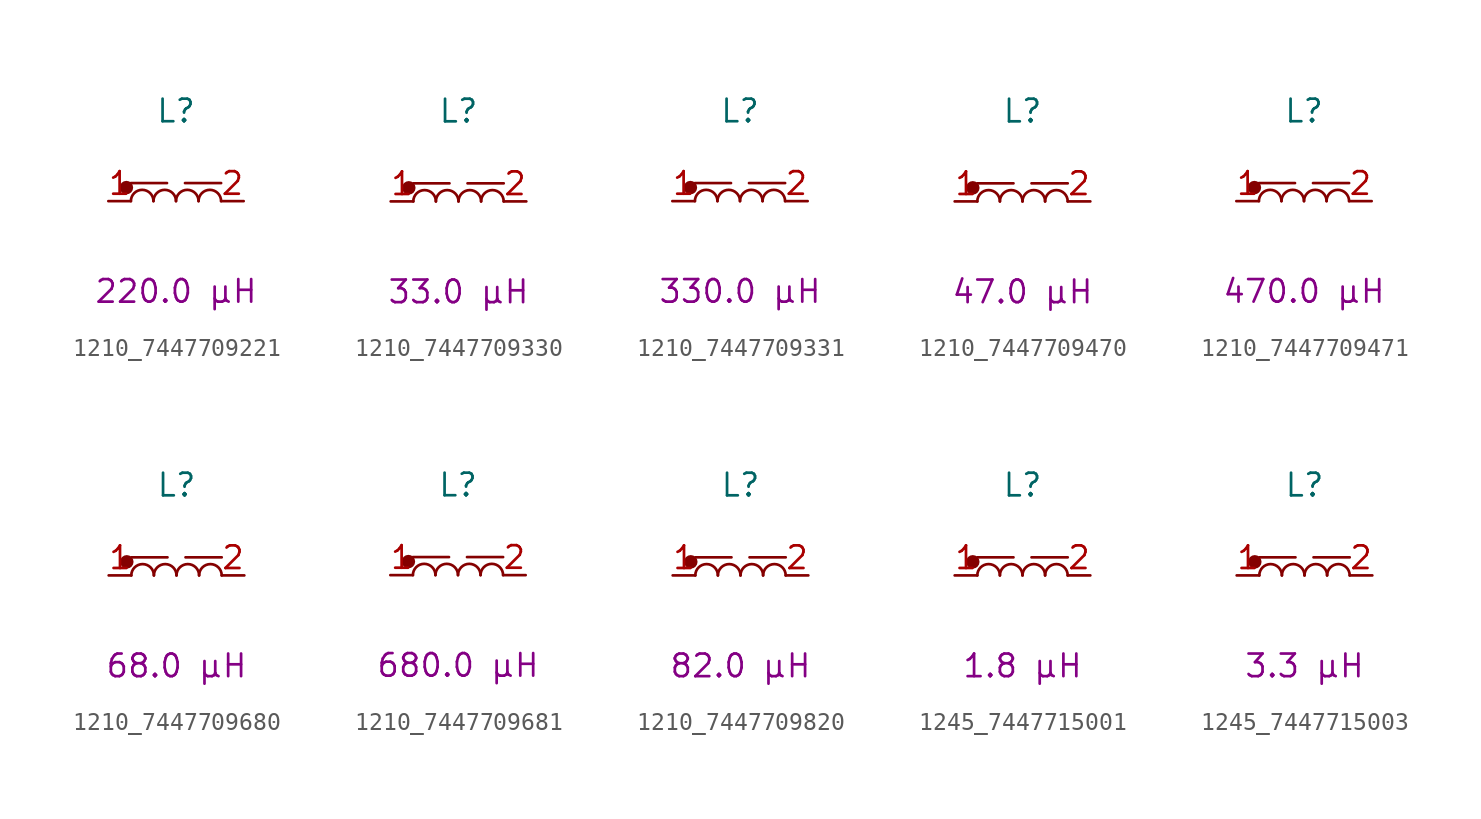
<source format=kicad_sym>
(kicad_symbol_lib
  (version 20220914)
  (generator kicad_symbol_editor)
  (symbol "1210_7447709221"
    (pin_names hide)
    (property "Reference" "L"
      (at 0 5.08 0)
      (effects (font (size 1.27 1.27))))
    (property "Critical Parameter" "220.0 µH"
      (at 0 -5.08 0)
      (effects (font (size 1.27 1.27))))
    (symbol "1210_7447709221_0_1"
      (arc (start -1.27 0) (mid -1.905 0.6323) (end -2.54 0) (stroke (width 0) (type default)) (fill (type none)))
      (arc (start 0 0) (mid -0.635 0.6323) (end -1.27 0) (stroke (width 0) (type default)) (fill (type none)))
      (polyline (pts (xy -2.54 1.016) (xy -0.508 1.016)) (stroke (width 0) (type default)) (fill (type none)))
      (arc (start 1.27 0) (mid 0.635 0.6323) (end 0 0) (stroke (width 0) (type default)) (fill (type none)))
      (arc (start 2.54 0) (mid 1.905 0.6323) (end 1.27 0) (stroke (width 0) (type default)) (fill (type none))))
    (symbol "1210_7447709221_1_1"
      (circle (center -2.794 0.762) (radius 0.0001) (stroke (width 0.381) (type default)) (fill (type none)))
      (polyline (pts (xy 2.54 1.016) (xy 0.508 1.016)) (stroke (width 0) (type default)) (fill (type none)))
      (pin passive line (at -3.81 0 0) (length 1.27) (name "1" (effects (font (size 1.27 1.27)))) (number "1" (effects (font (size 1.27 1.27)))))
      (pin passive line (at 3.81 0 180) (length 1.27) (name "2" (effects (font (size 1.27 1.27)))) (number "2" (effects (font (size 1.27 1.27)))))))
  (symbol "1210_7447709330"
    (pin_names hide)
    (property "Reference" "L"
      (at 0 5.08 0)
      (effects (font (size 1.27 1.27))))
    (property "Critical Parameter" "33.0 µH"
      (at 0 -5.08 0)
      (effects (font (size 1.27 1.27))))
    (symbol "1210_7447709330_0_1"
      (arc (start -1.27 0) (mid -1.905 0.6323) (end -2.54 0) (stroke (width 0) (type default)) (fill (type none)))
      (arc (start 0 0) (mid -0.635 0.6323) (end -1.27 0) (stroke (width 0) (type default)) (fill (type none)))
      (polyline (pts (xy -2.54 1.016) (xy -0.508 1.016)) (stroke (width 0) (type default)) (fill (type none)))
      (arc (start 1.27 0) (mid 0.635 0.6323) (end 0 0) (stroke (width 0) (type default)) (fill (type none)))
      (arc (start 2.54 0) (mid 1.905 0.6323) (end 1.27 0) (stroke (width 0) (type default)) (fill (type none))))
    (symbol "1210_7447709330_1_1"
      (circle (center -2.794 0.762) (radius 0.0001) (stroke (width 0.381) (type default)) (fill (type none)))
      (polyline (pts (xy 2.54 1.016) (xy 0.508 1.016)) (stroke (width 0) (type default)) (fill (type none)))
      (pin passive line (at -3.81 0 0) (length 1.27) (name "1" (effects (font (size 1.27 1.27)))) (number "1" (effects (font (size 1.27 1.27)))))
      (pin passive line (at 3.81 0 180) (length 1.27) (name "2" (effects (font (size 1.27 1.27)))) (number "2" (effects (font (size 1.27 1.27)))))))
  (symbol "1210_7447709331"
    (pin_names hide)
    (property "Reference" "L"
      (at 0 5.08 0)
      (effects (font (size 1.27 1.27))))
    (property "Critical Parameter" "330.0 µH"
      (at 0 -5.08 0)
      (effects (font (size 1.27 1.27))))
    (symbol "1210_7447709331_0_1"
      (arc (start -1.27 0) (mid -1.905 0.6323) (end -2.54 0) (stroke (width 0) (type default)) (fill (type none)))
      (arc (start 0 0) (mid -0.635 0.6323) (end -1.27 0) (stroke (width 0) (type default)) (fill (type none)))
      (polyline (pts (xy -2.54 1.016) (xy -0.508 1.016)) (stroke (width 0) (type default)) (fill (type none)))
      (arc (start 1.27 0) (mid 0.635 0.6323) (end 0 0) (stroke (width 0) (type default)) (fill (type none)))
      (arc (start 2.54 0) (mid 1.905 0.6323) (end 1.27 0) (stroke (width 0) (type default)) (fill (type none))))
    (symbol "1210_7447709331_1_1"
      (circle (center -2.794 0.762) (radius 0.0001) (stroke (width 0.381) (type default)) (fill (type none)))
      (polyline (pts (xy 2.54 1.016) (xy 0.508 1.016)) (stroke (width 0) (type default)) (fill (type none)))
      (pin passive line (at -3.81 0 0) (length 1.27) (name "1" (effects (font (size 1.27 1.27)))) (number "1" (effects (font (size 1.27 1.27)))))
      (pin passive line (at 3.81 0 180) (length 1.27) (name "2" (effects (font (size 1.27 1.27)))) (number "2" (effects (font (size 1.27 1.27)))))))
  (symbol "1210_7447709470"
    (pin_names hide)
    (property "Reference" "L"
      (at 0 5.08 0)
      (effects (font (size 1.27 1.27))))
    (property "Critical Parameter" "47.0 µH"
      (at 0 -5.08 0)
      (effects (font (size 1.27 1.27))))
    (symbol "1210_7447709470_0_1"
      (arc (start -1.27 0) (mid -1.905 0.6323) (end -2.54 0) (stroke (width 0) (type default)) (fill (type none)))
      (arc (start 0 0) (mid -0.635 0.6323) (end -1.27 0) (stroke (width 0) (type default)) (fill (type none)))
      (polyline (pts (xy -2.54 1.016) (xy -0.508 1.016)) (stroke (width 0) (type default)) (fill (type none)))
      (arc (start 1.27 0) (mid 0.635 0.6323) (end 0 0) (stroke (width 0) (type default)) (fill (type none)))
      (arc (start 2.54 0) (mid 1.905 0.6323) (end 1.27 0) (stroke (width 0) (type default)) (fill (type none))))
    (symbol "1210_7447709470_1_1"
      (circle (center -2.794 0.762) (radius 0.0001) (stroke (width 0.381) (type default)) (fill (type none)))
      (polyline (pts (xy 2.54 1.016) (xy 0.508 1.016)) (stroke (width 0) (type default)) (fill (type none)))
      (pin passive line (at -3.81 0 0) (length 1.27) (name "1" (effects (font (size 1.27 1.27)))) (number "1" (effects (font (size 1.27 1.27)))))
      (pin passive line (at 3.81 0 180) (length 1.27) (name "2" (effects (font (size 1.27 1.27)))) (number "2" (effects (font (size 1.27 1.27)))))))
  (symbol "1210_7447709471"
    (pin_names hide)
    (property "Reference" "L"
      (at 0 5.08 0)
      (effects (font (size 1.27 1.27))))
    (property "Critical Parameter" "470.0 µH"
      (at 0 -5.08 0)
      (effects (font (size 1.27 1.27))))
    (symbol "1210_7447709471_0_1"
      (arc (start -1.27 0) (mid -1.905 0.6323) (end -2.54 0) (stroke (width 0) (type default)) (fill (type none)))
      (arc (start 0 0) (mid -0.635 0.6323) (end -1.27 0) (stroke (width 0) (type default)) (fill (type none)))
      (polyline (pts (xy -2.54 1.016) (xy -0.508 1.016)) (stroke (width 0) (type default)) (fill (type none)))
      (arc (start 1.27 0) (mid 0.635 0.6323) (end 0 0) (stroke (width 0) (type default)) (fill (type none)))
      (arc (start 2.54 0) (mid 1.905 0.6323) (end 1.27 0) (stroke (width 0) (type default)) (fill (type none))))
    (symbol "1210_7447709471_1_1"
      (circle (center -2.794 0.762) (radius 0.0001) (stroke (width 0.381) (type default)) (fill (type none)))
      (polyline (pts (xy 2.54 1.016) (xy 0.508 1.016)) (stroke (width 0) (type default)) (fill (type none)))
      (pin passive line (at -3.81 0 0) (length 1.27) (name "1" (effects (font (size 1.27 1.27)))) (number "1" (effects (font (size 1.27 1.27)))))
      (pin passive line (at 3.81 0 180) (length 1.27) (name "2" (effects (font (size 1.27 1.27)))) (number "2" (effects (font (size 1.27 1.27)))))))
  (symbol "1210_7447709680"
    (pin_names hide)
    (property "Reference" "L"
      (at 0 5.08 0)
      (effects (font (size 1.27 1.27))))
    (property "Critical Parameter" "68.0 µH"
      (at 0 -5.08 0)
      (effects (font (size 1.27 1.27))))
    (symbol "1210_7447709680_0_1"
      (arc (start -1.27 0) (mid -1.905 0.6323) (end -2.54 0) (stroke (width 0) (type default)) (fill (type none)))
      (arc (start 0 0) (mid -0.635 0.6323) (end -1.27 0) (stroke (width 0) (type default)) (fill (type none)))
      (polyline (pts (xy -2.54 1.016) (xy -0.508 1.016)) (stroke (width 0) (type default)) (fill (type none)))
      (arc (start 1.27 0) (mid 0.635 0.6323) (end 0 0) (stroke (width 0) (type default)) (fill (type none)))
      (arc (start 2.54 0) (mid 1.905 0.6323) (end 1.27 0) (stroke (width 0) (type default)) (fill (type none))))
    (symbol "1210_7447709680_1_1"
      (circle (center -2.794 0.762) (radius 0.0001) (stroke (width 0.381) (type default)) (fill (type none)))
      (polyline (pts (xy 2.54 1.016) (xy 0.508 1.016)) (stroke (width 0) (type default)) (fill (type none)))
      (pin passive line (at -3.81 0 0) (length 1.27) (name "1" (effects (font (size 1.27 1.27)))) (number "1" (effects (font (size 1.27 1.27)))))
      (pin passive line (at 3.81 0 180) (length 1.27) (name "2" (effects (font (size 1.27 1.27)))) (number "2" (effects (font (size 1.27 1.27)))))))
  (symbol "1210_7447709681"
    (pin_names hide)
    (property "Reference" "L"
      (at 0 5.08 0)
      (effects (font (size 1.27 1.27))))
    (property "Critical Parameter" "680.0 µH"
      (at 0 -5.08 0)
      (effects (font (size 1.27 1.27))))
    (symbol "1210_7447709681_0_1"
      (arc (start -1.27 0) (mid -1.905 0.6323) (end -2.54 0) (stroke (width 0) (type default)) (fill (type none)))
      (arc (start 0 0) (mid -0.635 0.6323) (end -1.27 0) (stroke (width 0) (type default)) (fill (type none)))
      (polyline (pts (xy -2.54 1.016) (xy -0.508 1.016)) (stroke (width 0) (type default)) (fill (type none)))
      (arc (start 1.27 0) (mid 0.635 0.6323) (end 0 0) (stroke (width 0) (type default)) (fill (type none)))
      (arc (start 2.54 0) (mid 1.905 0.6323) (end 1.27 0) (stroke (width 0) (type default)) (fill (type none))))
    (symbol "1210_7447709681_1_1"
      (circle (center -2.794 0.762) (radius 0.0001) (stroke (width 0.381) (type default)) (fill (type none)))
      (polyline (pts (xy 2.54 1.016) (xy 0.508 1.016)) (stroke (width 0) (type default)) (fill (type none)))
      (pin passive line (at -3.81 0 0) (length 1.27) (name "1" (effects (font (size 1.27 1.27)))) (number "1" (effects (font (size 1.27 1.27)))))
      (pin passive line (at 3.81 0 180) (length 1.27) (name "2" (effects (font (size 1.27 1.27)))) (number "2" (effects (font (size 1.27 1.27)))))))
  (symbol "1210_7447709820"
    (pin_names hide)
    (property "Reference" "L"
      (at 0 5.08 0)
      (effects (font (size 1.27 1.27))))
    (property "Critical Parameter" "82.0 µH"
      (at 0 -5.08 0)
      (effects (font (size 1.27 1.27))))
    (symbol "1210_7447709820_0_1"
      (arc (start -1.27 0) (mid -1.905 0.6323) (end -2.54 0) (stroke (width 0) (type default)) (fill (type none)))
      (arc (start 0 0) (mid -0.635 0.6323) (end -1.27 0) (stroke (width 0) (type default)) (fill (type none)))
      (polyline (pts (xy -2.54 1.016) (xy -0.508 1.016)) (stroke (width 0) (type default)) (fill (type none)))
      (arc (start 1.27 0) (mid 0.635 0.6323) (end 0 0) (stroke (width 0) (type default)) (fill (type none)))
      (arc (start 2.54 0) (mid 1.905 0.6323) (end 1.27 0) (stroke (width 0) (type default)) (fill (type none))))
    (symbol "1210_7447709820_1_1"
      (circle (center -2.794 0.762) (radius 0.0001) (stroke (width 0.381) (type default)) (fill (type none)))
      (polyline (pts (xy 2.54 1.016) (xy 0.508 1.016)) (stroke (width 0) (type default)) (fill (type none)))
      (pin passive line (at -3.81 0 0) (length 1.27) (name "1" (effects (font (size 1.27 1.27)))) (number "1" (effects (font (size 1.27 1.27)))))
      (pin passive line (at 3.81 0 180) (length 1.27) (name "2" (effects (font (size 1.27 1.27)))) (number "2" (effects (font (size 1.27 1.27)))))))
  (symbol "1245_7447715001"
    (pin_names hide)
    (property "Reference" "L"
      (at 0 5.08 0)
      (effects (font (size 1.27 1.27))))
    (property "Critical Parameter" "1.8 µH"
      (at 0 -5.08 0)
      (effects (font (size 1.27 1.27))))
    (symbol "1245_7447715001_0_1"
      (arc (start -1.27 0) (mid -1.905 0.6323) (end -2.54 0) (stroke (width 0) (type default)) (fill (type none)))
      (arc (start 0 0) (mid -0.635 0.6323) (end -1.27 0) (stroke (width 0) (type default)) (fill (type none)))
      (polyline (pts (xy -2.54 1.016) (xy -0.508 1.016)) (stroke (width 0) (type default)) (fill (type none)))
      (arc (start 1.27 0) (mid 0.635 0.6323) (end 0 0) (stroke (width 0) (type default)) (fill (type none)))
      (arc (start 2.54 0) (mid 1.905 0.6323) (end 1.27 0) (stroke (width 0) (type default)) (fill (type none))))
    (symbol "1245_7447715001_1_1"
      (circle (center -2.794 0.762) (radius 0.0001) (stroke (width 0.381) (type default)) (fill (type none)))
      (polyline (pts (xy 2.54 1.016) (xy 0.508 1.016)) (stroke (width 0) (type default)) (fill (type none)))
      (pin passive line (at -3.81 0 0) (length 1.27) (name "1" (effects (font (size 1.27 1.27)))) (number "1" (effects (font (size 1.27 1.27)))))
      (pin passive line (at 3.81 0 180) (length 1.27) (name "2" (effects (font (size 1.27 1.27)))) (number "2" (effects (font (size 1.27 1.27)))))))
  (symbol "1245_7447715003"
    (pin_names hide)
    (property "Reference" "L"
      (at 0 5.08 0)
      (effects (font (size 1.27 1.27))))
    (property "Critical Parameter" "3.3 µH"
      (at 0 -5.08 0)
      (effects (font (size 1.27 1.27))))
    (symbol "1245_7447715003_0_1"
      (arc (start -1.27 0) (mid -1.905 0.6323) (end -2.54 0) (stroke (width 0) (type default)) (fill (type none)))
      (arc (start 0 0) (mid -0.635 0.6323) (end -1.27 0) (stroke (width 0) (type default)) (fill (type none)))
      (polyline (pts (xy -2.54 1.016) (xy -0.508 1.016)) (stroke (width 0) (type default)) (fill (type none)))
      (arc (start 1.27 0) (mid 0.635 0.6323) (end 0 0) (stroke (width 0) (type default)) (fill (type none)))
      (arc (start 2.54 0) (mid 1.905 0.6323) (end 1.27 0) (stroke (width 0) (type default)) (fill (type none))))
    (symbol "1245_7447715003_1_1"
      (circle (center -2.794 0.762) (radius 0.0001) (stroke (width 0.381) (type default)) (fill (type none)))
      (polyline (pts (xy 2.54 1.016) (xy 0.508 1.016)) (stroke (width 0) (type default)) (fill (type none)))
      (pin passive line (at -3.81 0 0) (length 1.27) (name "1" (effects (font (size 1.27 1.27)))) (number "1" (effects (font (size 1.27 1.27)))))
      (pin passive line (at 3.81 0 180) (length 1.27) (name "2" (effects (font (size 1.27 1.27)))) (number "2" (effects (font (size 1.27 1.27))))))))
</source>
